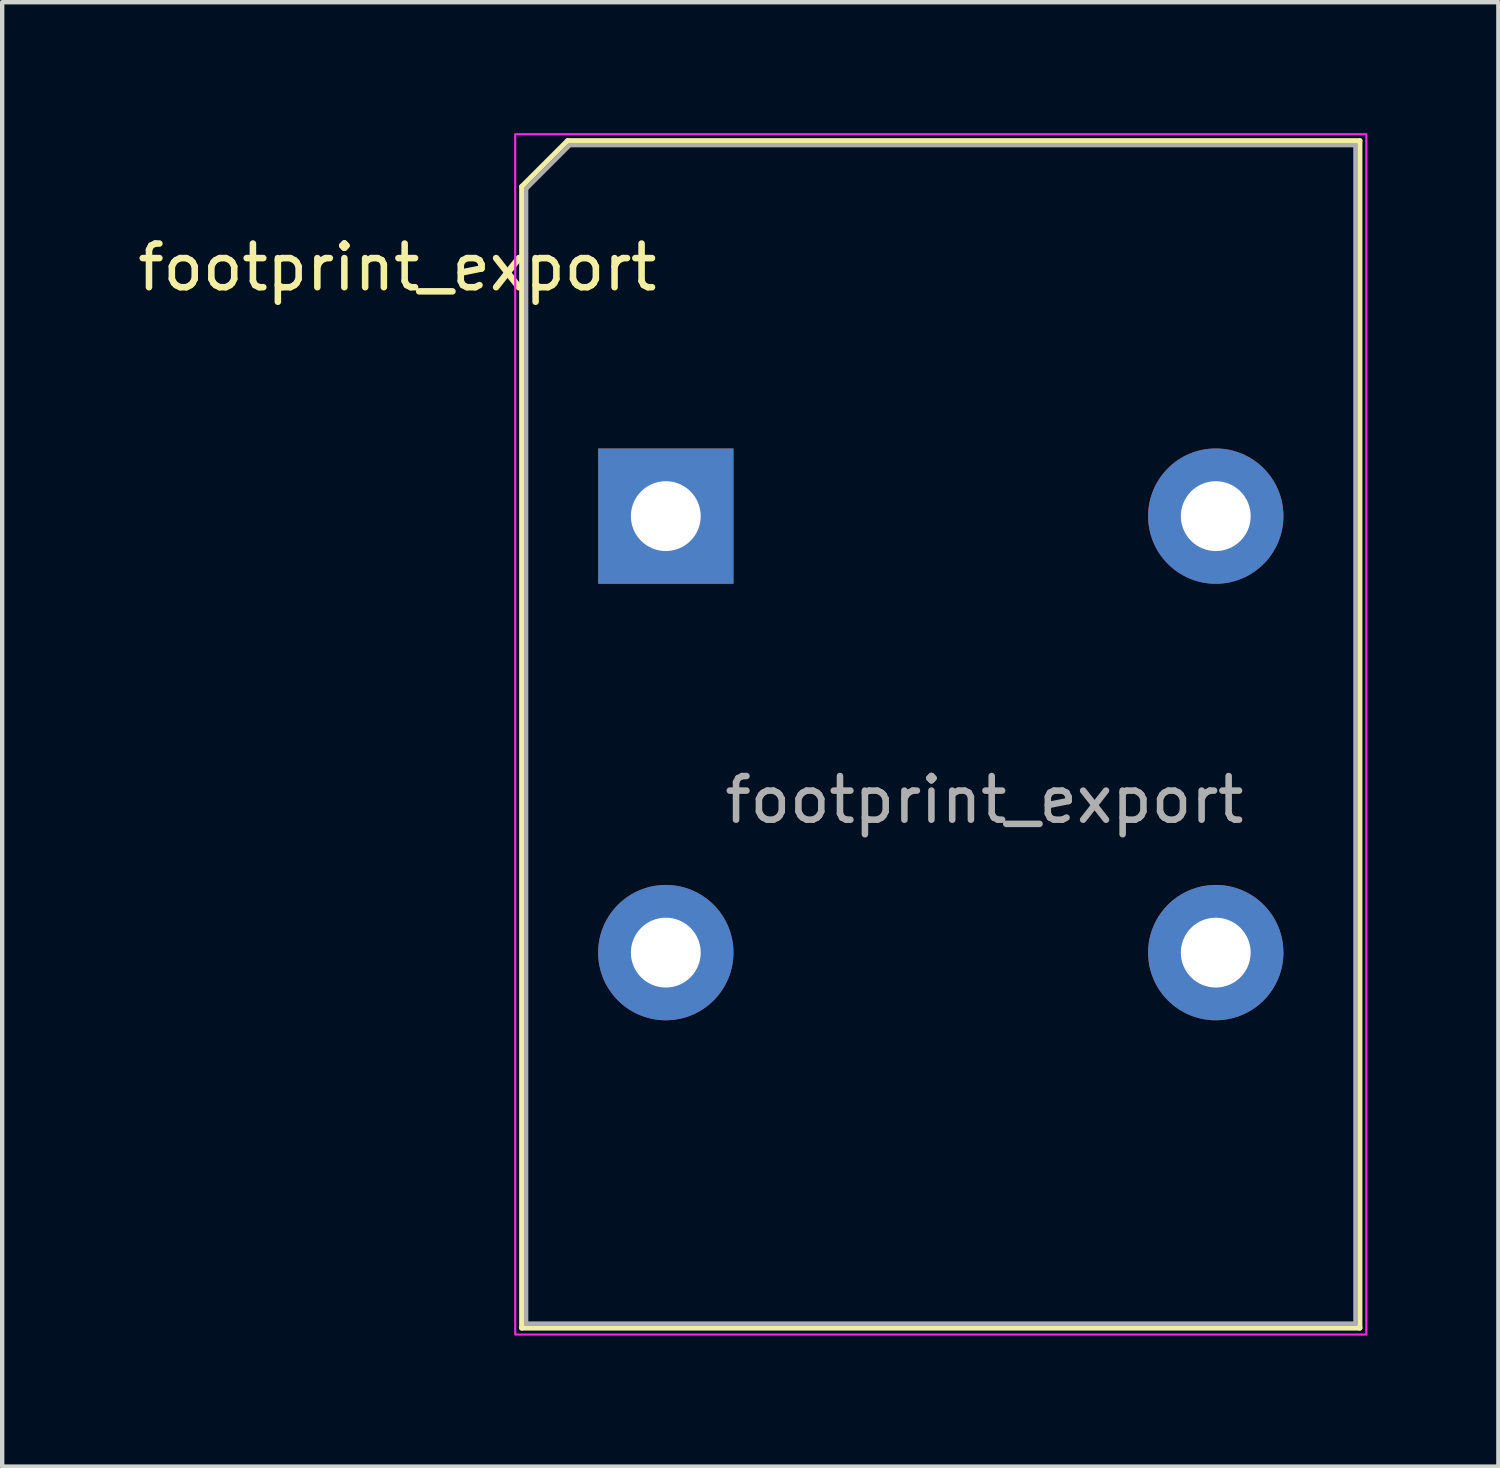
<source format=kicad_pcb>
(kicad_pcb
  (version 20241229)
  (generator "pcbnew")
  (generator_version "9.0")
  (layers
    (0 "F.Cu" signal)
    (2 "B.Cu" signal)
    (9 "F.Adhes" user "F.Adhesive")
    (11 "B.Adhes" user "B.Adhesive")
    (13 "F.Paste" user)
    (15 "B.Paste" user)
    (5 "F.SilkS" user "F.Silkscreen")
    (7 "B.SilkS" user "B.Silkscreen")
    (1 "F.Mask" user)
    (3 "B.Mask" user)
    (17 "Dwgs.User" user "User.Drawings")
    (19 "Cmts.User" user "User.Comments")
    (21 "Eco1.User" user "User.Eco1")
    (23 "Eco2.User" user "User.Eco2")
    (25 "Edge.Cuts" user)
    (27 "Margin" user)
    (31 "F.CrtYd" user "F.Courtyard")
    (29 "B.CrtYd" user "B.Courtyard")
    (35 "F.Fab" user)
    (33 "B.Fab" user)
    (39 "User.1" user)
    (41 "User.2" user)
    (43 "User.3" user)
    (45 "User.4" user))
  (footprint "footprint_export"
    (layer "F.Cu")
    (at 12.204 8.775)
    (property "Reference" "footprint_export" (at -6.15 -5.7 0) (unlocked yes) (layer "F.SilkS") (effects (font (size 1 1) (thickness 0.15))))
    (attr through_hole)
    (fp_line (start -3.3 -7.55) (end -3.3 18.6) (stroke (width 0.12) (type solid)) (layer "F.SilkS"))
    (fp_line (start -3.3 18.6) (end 15.9 18.6) (stroke (width 0.12) (type solid)) (layer "F.SilkS"))
    (fp_line (start -2.25 -8.6) (end -3.3 -7.55) (stroke (width 0.12) (type solid)) (layer "F.SilkS"))
    (fp_line (start 15.9 -8.6) (end -2.25 -8.6) (stroke (width 0.12) (type solid)) (layer "F.SilkS"))
    (fp_line (start 15.9 18.6) (end 15.9 -8.6) (stroke (width 0.12) (type solid)) (layer "F.SilkS"))
    (fp_rect (start -3.45 -8.75) (end 16.05 18.75) (stroke (width 0.05) (type solid)) (fill no) (layer "F.CrtYd"))
    (fp_line (start -3.2 -7.5) (end -2.2 -8.5) (stroke (width 0.1) (type solid)) (layer "F.Fab"))
    (fp_line (start -3.2 18.5) (end -3.2 -7.5) (stroke (width 0.1) (type solid)) (layer "F.Fab"))
    (fp_line (start -2.2 -8.5) (end 15.8 -8.5) (stroke (width 0.1) (type solid)) (layer "F.Fab"))
    (fp_line (start 15.8 -8.5) (end 15.8 18.5) (stroke (width 0.1) (type solid)) (layer "F.Fab"))
    (fp_line (start 15.8 18.5) (end -3.2 18.5) (stroke (width 0.1) (type solid)) (layer "F.Fab"))
    (fp_text user "${REFERENCE}" (at 7.3 6.5 0) (unlocked yes) (layer "F.Fab") (effects (font (size 1 1) (thickness 0.15))))
    (pad "1" thru_hole rect (at 0 0) (size 3.1 3.1) (drill 1.6) (layers "*.Cu" "*.Mask"))
    (pad "2" thru_hole circle (at 0 10) (size 3.1 3.1) (drill 1.6) (layers "*.Cu" "*.Mask"))
    (pad "3" thru_hole circle (at 12.6 10) (size 3.1 3.1) (drill 1.6) (layers "*.Cu" "*.Mask"))
    (pad "4" thru_hole circle (at 12.6 0) (size 3.1 3.1) (drill 1.6) (layers "*.Cu" "*.Mask")))
  (gr_rect
    (start -3 -3)
    (end 31.279 30.55)
    (stroke (width 0.1) (type default))
    (fill no)
    (layer "Edge.Cuts")))
</source>
